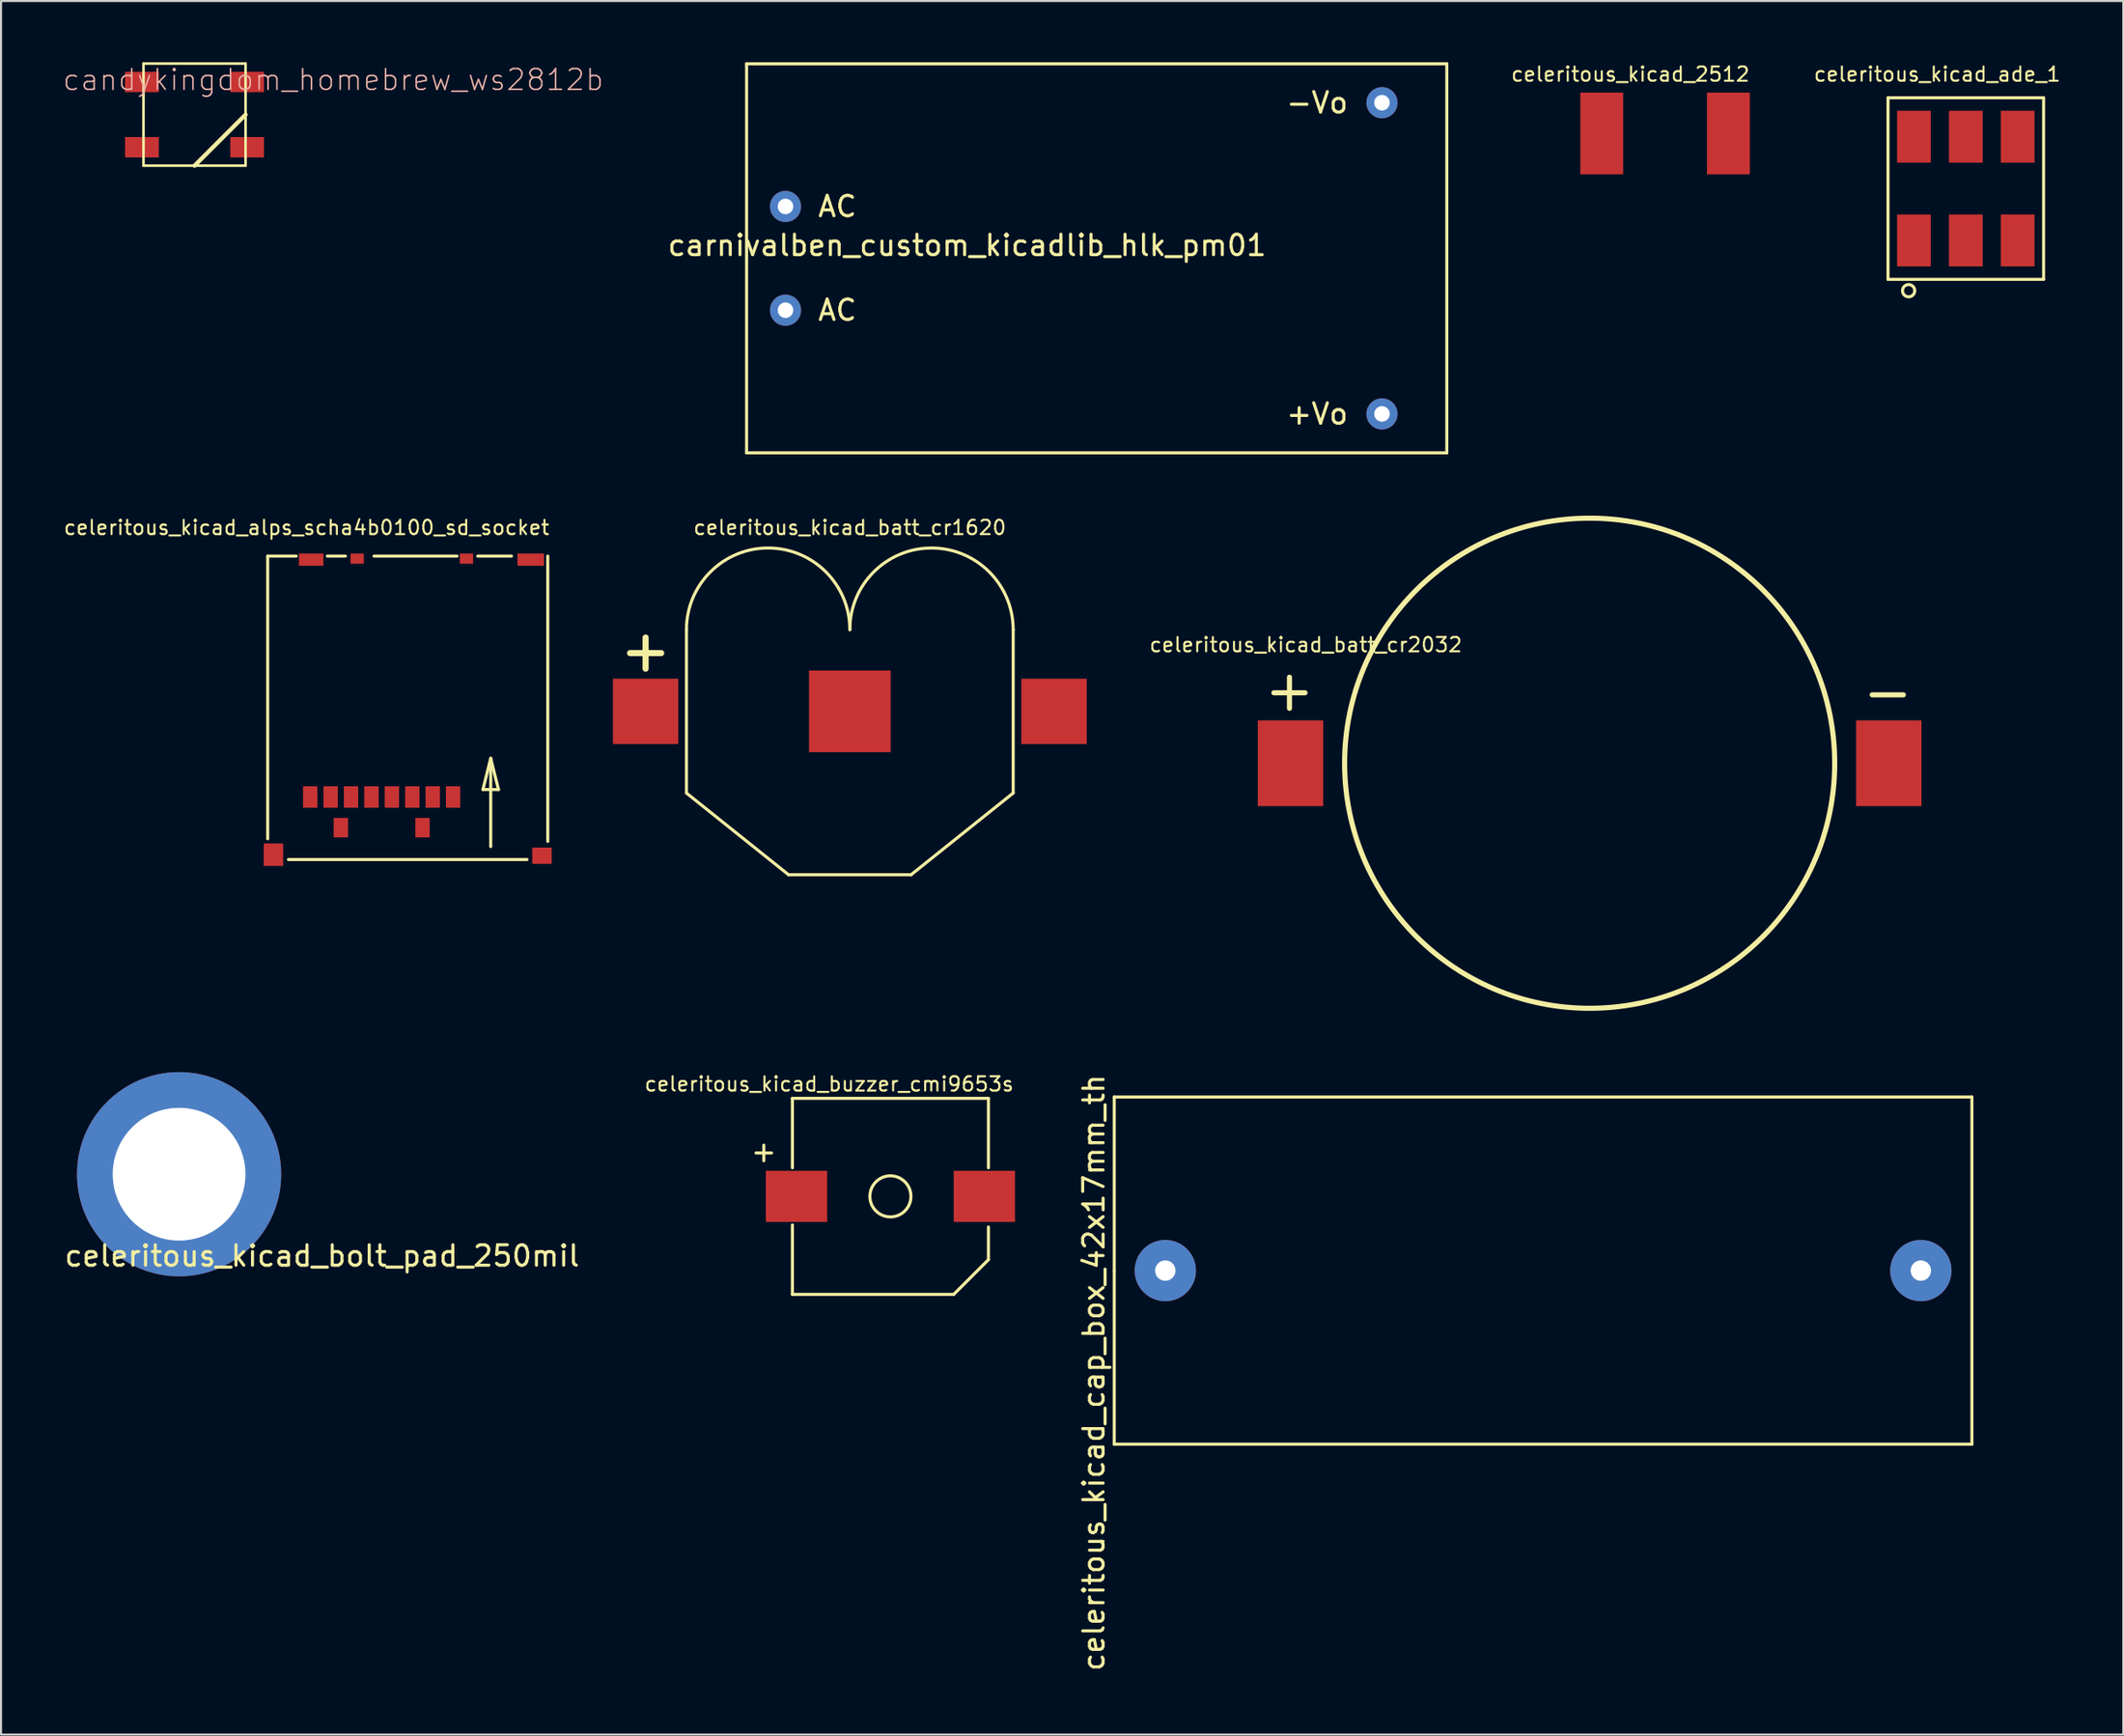
<source format=kicad_pcb>
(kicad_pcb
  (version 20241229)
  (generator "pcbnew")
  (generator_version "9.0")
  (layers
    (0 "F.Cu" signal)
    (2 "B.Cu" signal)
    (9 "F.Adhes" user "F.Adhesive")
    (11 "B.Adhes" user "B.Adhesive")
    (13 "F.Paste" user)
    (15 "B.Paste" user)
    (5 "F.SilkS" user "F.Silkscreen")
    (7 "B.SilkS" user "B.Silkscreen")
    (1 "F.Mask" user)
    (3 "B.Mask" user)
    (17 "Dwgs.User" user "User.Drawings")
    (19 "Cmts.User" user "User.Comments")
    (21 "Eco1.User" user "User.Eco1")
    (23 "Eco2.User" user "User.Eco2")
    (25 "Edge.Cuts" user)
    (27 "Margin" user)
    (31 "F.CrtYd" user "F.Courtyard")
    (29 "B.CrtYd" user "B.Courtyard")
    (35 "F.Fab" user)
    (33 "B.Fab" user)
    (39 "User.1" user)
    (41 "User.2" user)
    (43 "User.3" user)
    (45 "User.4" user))
  (footprint "candykingdom_homebrew_ws2812b"
    (placed yes)
    (layer "F.Cu")
    (at 6.477 2.563)
    (property "Reference" "candykingdom_homebrew_ws2812b" (at 6.792 -1.707 0) (layer "B.SilkS") (effects (font (size 1.016 1.016) (thickness 0.076))))
    (attr smd)
    (fp_line (start -2.499 -2.499) (end -2.499 2.499) (stroke (width 0.127) (type solid)) (layer "F.SilkS"))
    (fp_line (start -2.499 2.499) (end 2.499 2.499) (stroke (width 0.127) (type solid)) (layer "F.SilkS"))
    (fp_line (start 2.499 -2.499) (end -2.499 -2.499) (stroke (width 0.127) (type solid)) (layer "F.SilkS"))
    (fp_line (start 2.499 2.499) (end 2.499 -2.499) (stroke (width 0.127) (type solid)) (layer "F.SilkS"))
    (fp_line (start 2.5 0) (end 0 2.5) (stroke (width 0.203) (type solid)) (layer "F.SilkS"))
    (pad "1" smd rect (at -2.576 -1.598) (size 1.651 0.998) (layers "F.Cu" "F.Mask" "F.Paste"))
    (pad "2" smd rect (at -2.576 1.598) (size 1.651 0.998) (layers "F.Cu" "F.Mask" "F.Paste"))
    (pad "3" smd rect (at 2.576 1.598) (size 1.651 0.998) (layers "F.Cu" "F.Mask" "F.Paste"))
    (pad "4" smd rect (at 2.576 -1.598) (size 1.651 0.998) (layers "F.Cu" "F.Mask" "F.Paste")))
  (footprint "celeritous_kicad_batt_cr2032"
    (layer "F.Cu")
    (at 74.796 34.325)
    (property "Reference" "celeritous_kicad_batt_cr2032" (at -13.9 -5.8 0) (layer "F.SilkS") (effects (font (size 0.7 0.7) (thickness 0.1))))
    (attr through_hole)
    (fp_circle (center 0 0) (end 12 0) (stroke (width 0.25) (type solid)) (fill no) (layer "F.SilkS"))
    (fp_text user "-" (at 14.6 -3.5 0) (layer "F.SilkS") (effects (font (size 2 2) (thickness 0.25))))
    (fp_text user "+" (at -14.7 -3.6 0) (layer "F.SilkS") (effects (font (size 2 2) (thickness 0.25))))
    (pad "+" smd rect (at -14.65 0) (size 3.2 4.2) (layers "F.Cu" "F.Mask" "F.Paste"))
    (pad "-" smd rect (at 14.65 0) (size 3.2 4.2) (layers "F.Cu" "F.Mask" "F.Paste")))
  (footprint "celeritous_kicad_ade_1"
    (layer "F.Cu")
    (at 93.216 6.185)
    (property "Reference" "celeritous_kicad_ade_1" (at -1.4 -5.6 0) (layer "F.SilkS") (effects (font (size 0.7 0.7) (thickness 0.1))))
    (attr through_hole)
    (fp_line (start -3.81 -4.445) (end 3.81 -4.445) (stroke (width 0.15) (type solid)) (layer "F.SilkS"))
    (fp_line (start -3.81 4.445) (end -3.81 -4.445) (stroke (width 0.15) (type solid)) (layer "F.SilkS"))
    (fp_line (start 3.81 -4.445) (end 3.81 4.445) (stroke (width 0.15) (type solid)) (layer "F.SilkS"))
    (fp_line (start 3.81 4.445) (end -3.81 4.445) (stroke (width 0.15) (type solid)) (layer "F.SilkS"))
    (fp_circle (center -2.8 5) (end -2.5 5) (stroke (width 0.15) (type solid)) (fill no) (layer "F.SilkS"))
    (pad "1" smd rect (at -2.54 2.54) (size 1.65 2.54) (layers "F.Cu" "F.Mask" "F.Paste"))
    (pad "2" smd rect (at 0 2.54) (size 1.65 2.54) (layers "F.Cu" "F.Mask" "F.Paste"))
    (pad "3" smd rect (at 2.54 2.54) (size 1.65 2.54) (layers "F.Cu" "F.Mask" "F.Paste"))
    (pad "4" smd rect (at 2.54 -2.54) (size 1.65 2.54) (layers "F.Cu" "F.Mask" "F.Paste"))
    (pad "5" smd rect (at 0 -2.54) (size 1.65 2.54) (layers "F.Cu" "F.Mask" "F.Paste"))
    (pad "6" smd rect (at -2.54 -2.54) (size 1.65 2.54) (layers "F.Cu" "F.Mask" "F.Paste")))
  (footprint "celeritous_kicad_buzzer_cmi9653s"
    (layer "F.Cu")
    (at 40.554 55.535)
    (property "Reference" "celeritous_kicad_buzzer_cmi9653s" (at -3 -5.5 0) (layer "F.SilkS") (effects (font (size 0.7 0.7) (thickness 0.1))))
    (attr through_hole)
    (fp_line (start -4.8 -4.8) (end 4.8 -4.8) (stroke (width 0.15) (type solid)) (layer "F.SilkS"))
    (fp_line (start -4.8 -1.4) (end -4.8 -4.8) (stroke (width 0.15) (type solid)) (layer "F.SilkS"))
    (fp_line (start -4.8 4.8) (end -4.8 1.4) (stroke (width 0.15) (type solid)) (layer "F.SilkS"))
    (fp_line (start 3.1 4.8) (end -4.8 4.8) (stroke (width 0.15) (type solid)) (layer "F.SilkS"))
    (fp_line (start 4.8 -4.8) (end 4.8 -1.4) (stroke (width 0.15) (type solid)) (layer "F.SilkS"))
    (fp_line (start 4.8 1.5) (end 4.8 3.1) (stroke (width 0.15) (type solid)) (layer "F.SilkS"))
    (fp_line (start 4.8 3.1) (end 3.1 4.8) (stroke (width 0.15) (type solid)) (layer "F.SilkS"))
    (fp_circle (center 0 0) (end 1 0.1) (stroke (width 0.15) (type solid)) (fill no) (layer "F.SilkS"))
    (fp_text user "+" (at -6.2 -2.2 0) (layer "F.SilkS") (effects (font (size 1 1) (thickness 0.15))))
    (pad "1" smd rect (at -4.6 0) (size 3 2.5) (layers "F.Cu" "F.Mask"))
    (pad "2" smd rect (at 4.6 0) (size 3 2.5) (layers "F.Cu" "F.Mask")))
  (footprint "celeritous_kicad_cap_box_42x17mm_th"
    (layer "F.Cu")
    (at 72.515 59.17)
    (property "Reference" "celeritous_kicad_cap_box_42x17mm_th" (at -22 5 90) (layer "F.SilkS") (effects (font (size 1 1) (thickness 0.15))))
    (attr through_hole)
    (fp_line (start -21 -8.5) (end 21 -8.5) (stroke (width 0.15) (type solid)) (layer "F.SilkS"))
    (fp_line (start -21 0) (end -21 -8.5) (stroke (width 0.15) (type solid)) (layer "F.SilkS"))
    (fp_line (start -21 8.5) (end -21 0) (stroke (width 0.15) (type solid)) (layer "F.SilkS"))
    (fp_line (start 21 -8.5) (end 21 8.5) (stroke (width 0.15) (type solid)) (layer "F.SilkS"))
    (fp_line (start 21 8.5) (end -21 8.5) (stroke (width 0.15) (type solid)) (layer "F.SilkS"))
    (pad "1" thru_hole circle (at -18.5 0) (size 3 3) (drill 1) (layers "*.Cu" "*.Mask"))
    (pad "2" thru_hole circle (at 18.5 0) (size 3 3) (drill 1) (layers "*.Cu" "*.Mask")))
  (footprint "carnivalben_custom_kicadlib_hlk_pm01"
    (layer "F.Cu")
    (at 64.626 1.98)
    (property "Reference" "carnivalben_custom_kicadlib_hlk_pm01" (at -20.32 6.985 0) (layer "F.SilkS") (effects (font (size 1 1) (thickness 0.15))))
    (attr through_hole)
    (fp_line (start -31.115 -1.905) (end 3.175 -1.905) (stroke (width 0.15) (type solid)) (layer "F.SilkS"))
    (fp_line (start -31.115 17.145) (end -31.115 -1.905) (stroke (width 0.15) (type solid)) (layer "F.SilkS"))
    (fp_line (start 3.175 -1.905) (end 3.175 17.145) (stroke (width 0.15) (type solid)) (layer "F.SilkS"))
    (fp_line (start 3.175 17.145) (end -31.115 17.145) (stroke (width 0.15) (type solid)) (layer "F.SilkS"))
    (fp_text user "-Vo" (at -3.175 0 0) (layer "F.SilkS") (effects (font (size 1 1) (thickness 0.15))))
    (fp_text user "AC" (at -26.67 10.16 0) (layer "F.SilkS") (effects (font (size 1 1) (thickness 0.15))))
    (fp_text user "AC" (at -26.67 5.08 0) (layer "F.SilkS") (effects (font (size 1 1) (thickness 0.15))))
    (fp_text user "+Vo" (at -3.175 15.24 0) (layer "F.SilkS") (effects (font (size 1 1) (thickness 0.15))))
    (pad "1" thru_hole circle (at 0 15.24) (size 1.524 1.524) (drill 0.762) (layers "*.Cu" "*.Mask"))
    (pad "2" thru_hole circle (at 0 0) (size 1.524 1.524) (drill 0.762) (layers "*.Cu" "*.Mask"))
    (pad "3" thru_hole circle (at -29.21 5.08) (size 1.524 1.524) (drill 0.762) (layers "*.Cu" "*.Mask"))
    (pad "4" thru_hole circle (at -29.21 10.16) (size 1.524 1.524) (drill 0.762) (layers "*.Cu" "*.Mask")))
  (footprint "celeritous_kicad_alps_scha4b0100_sd_socket"
    (layer "F.Cu")
    (at 16.916 24.055)
    (property "Reference" "celeritous_kicad_alps_scha4b0100_sd_socket" (at -4.953 -1.27 0) (layer "F.SilkS") (effects (font (size 0.7 0.7) (thickness 0.1))))
    (attr through_hole)
    (fp_line (start -6.858 0.127) (end -5.461 0.127) (stroke (width 0.15) (type solid)) (layer "F.SilkS"))
    (fp_line (start -6.858 13.97) (end -6.858 0.127) (stroke (width 0.15) (type solid)) (layer "F.SilkS"))
    (fp_line (start -3.937 0.127) (end -3.048 0.127) (stroke (width 0.15) (type solid)) (layer "F.SilkS"))
    (fp_line (start -1.651 0.127) (end 2.413 0.127) (stroke (width 0.15) (type solid)) (layer "F.SilkS"))
    (fp_line (start 3.429 0.127) (end 5.08 0.127) (stroke (width 0.15) (type solid)) (layer "F.SilkS"))
    (fp_line (start 3.683 11.557) (end 4.445 11.557) (stroke (width 0.15) (type solid)) (layer "F.SilkS"))
    (fp_line (start 4.064 10.033) (end 3.683 11.557) (stroke (width 0.15) (type solid)) (layer "F.SilkS"))
    (fp_line (start 4.064 14.351) (end 4.064 10.033) (stroke (width 0.15) (type solid)) (layer "F.SilkS"))
    (fp_line (start 4.445 11.557) (end 4.064 10.033) (stroke (width 0.15) (type solid)) (layer "F.SilkS"))
    (fp_line (start 5.842 14.986) (end -5.842 14.986) (stroke (width 0.15) (type solid)) (layer "F.SilkS"))
    (fp_line (start 6.858 0.127) (end 6.858 14.097) (stroke (width 0.15) (type solid)) (layer "F.SilkS"))
    (pad "1" smd rect (at 2.22 11.925) (size 0.7 1.05) (layers "F.Cu" "F.Mask" "F.Paste"))
    (pad "2" smd rect (at 1.225 11.925) (size 0.7 1.05) (layers "F.Cu" "F.Mask" "F.Paste"))
    (pad "3" smd rect (at 0.225 11.925) (size 0.7 1.05) (layers "F.Cu" "F.Mask" "F.Paste"))
    (pad "4" smd rect (at -0.775 11.925) (size 0.7 1.05) (layers "F.Cu" "F.Mask" "F.Paste"))
    (pad "5" smd rect (at -1.775 11.925) (size 0.7 1.05) (layers "F.Cu" "F.Mask" "F.Paste"))
    (pad "6" smd rect (at -2.775 11.925) (size 0.7 1.05) (layers "F.Cu" "F.Mask" "F.Paste"))
    (pad "7" smd rect (at -3.775 11.925) (size 0.7 1.05) (layers "F.Cu" "F.Mask" "F.Paste"))
    (pad "8" smd rect (at -4.775 11.925) (size 0.7 1.05) (layers "F.Cu" "F.Mask" "F.Paste"))
    (pad "9" smd rect (at -2.475 0.25) (size 0.65 0.5) (layers "F.Cu" "F.Mask" "F.Paste"))
    (pad "10" smd rect (at 2.875 0.25) (size 0.65 0.5) (layers "F.Cu" "F.Mask" "F.Paste"))
    (pad "11" smd rect (at 6.575 14.8) (size 0.95 0.8) (layers "F.Cu" "F.Mask" "F.Paste"))
    (pad "12" smd rect (at -6.575 14.75) (size 0.95 1.1) (layers "F.Cu" "F.Mask" "F.Paste"))
    (pad "13" smd rect (at 0.725 13.425) (size 0.7 0.95) (layers "F.Cu" "F.Mask" "F.Paste"))
    (pad "14" smd rect (at -3.275 13.425) (size 0.7 0.95) (layers "F.Cu" "F.Mask" "F.Paste"))
    (pad "15" smd rect (at 6.025 0.3) (size 1.3 0.6) (layers "F.Cu" "F.Mask" "F.Paste"))
    (pad "16" smd rect (at -4.725 0.3) (size 1.2 0.6) (layers "F.Cu" "F.Mask" "F.Paste")))
  (footprint "celeritous_kicad_bolt_pad_250mil"
    (layer "F.Cu")
    (at 5.72 54.45)
    (property "Reference" "celeritous_kicad_bolt_pad_250mil" (at 7 4 0) (layer "F.SilkS") (effects (font (size 1 1) (thickness 0.15))))
    (attr through_hole)
    (pad "1" thru_hole circle (at 0 0) (size 10 10) (drill 6.5) (layers "*.Cu" "*.Mask")))
  (footprint "celeritous_kicad_batt_cr1620"
    (layer "F.Cu")
    (at 38.566 31.785)
    (property "Reference" "celeritous_kicad_batt_cr1620" (at 0 -9 0) (layer "F.SilkS") (effects (font (size 0.7 0.7) (thickness 0.1))))
    (attr through_hole)
    (fp_line (start -8 4) (end -8 -4) (stroke (width 0.15) (type solid)) (layer "F.SilkS"))
    (fp_line (start -3 8) (end -8 4) (stroke (width 0.15) (type solid)) (layer "F.SilkS"))
    (fp_line (start 3 8) (end -3 8) (stroke (width 0.15) (type solid)) (layer "F.SilkS"))
    (fp_line (start 8 -4) (end 8 4) (stroke (width 0.15) (type solid)) (layer "F.SilkS"))
    (fp_line (start 8 4) (end 3 8) (stroke (width 0.15) (type solid)) (layer "F.SilkS"))
    (fp_arc (start -8 -4) (mid -4 -8) (end 0 -4) (stroke (width 0.15) (type solid)) (layer "F.SilkS"))
    (fp_arc (start 0 -4) (mid 4 -8) (end 8 -4) (stroke (width 0.15) (type solid)) (layer "F.SilkS"))
    (fp_text user "+" (at -10 -3 0) (layer "F.SilkS") (effects (font (size 2 2) (thickness 0.3))))
    (pad "1" smd rect (at -10 0) (size 3.2 3.2) (layers "F.Cu" "F.Mask" "F.Paste"))
    (pad "2" smd rect (at 10 0) (size 3.2 3.2) (layers "F.Cu" "F.Mask" "F.Paste"))
    (pad "3" smd rect (at 0 0) (size 4 4) (layers "F.Cu" "F.Mask" "F.Paste")))
  (footprint "celeritous_kicad_2512"
    (layer "F.Cu")
    (at 78.489 3.485)
    (property "Reference" "celeritous_kicad_2512" (at -1.7 -2.9 0) (layer "F.SilkS") (effects (font (size 0.7 0.7) (thickness 0.1))))
    (attr through_hole)
    (pad "1" smd rect (at -3.1 0) (size 2.1 4) (layers "F.Cu" "F.Mask" "F.Paste"))
    (pad "2" smd rect (at 3.1 0) (size 2.1 4) (layers "F.Cu" "F.Mask" "F.Paste")))
  (gr_rect
    (start -3 -3)
    (end 100.929 81.89)
    (stroke (width 0.1) (type default))
    (fill no)
    (layer "Edge.Cuts")))
</source>
